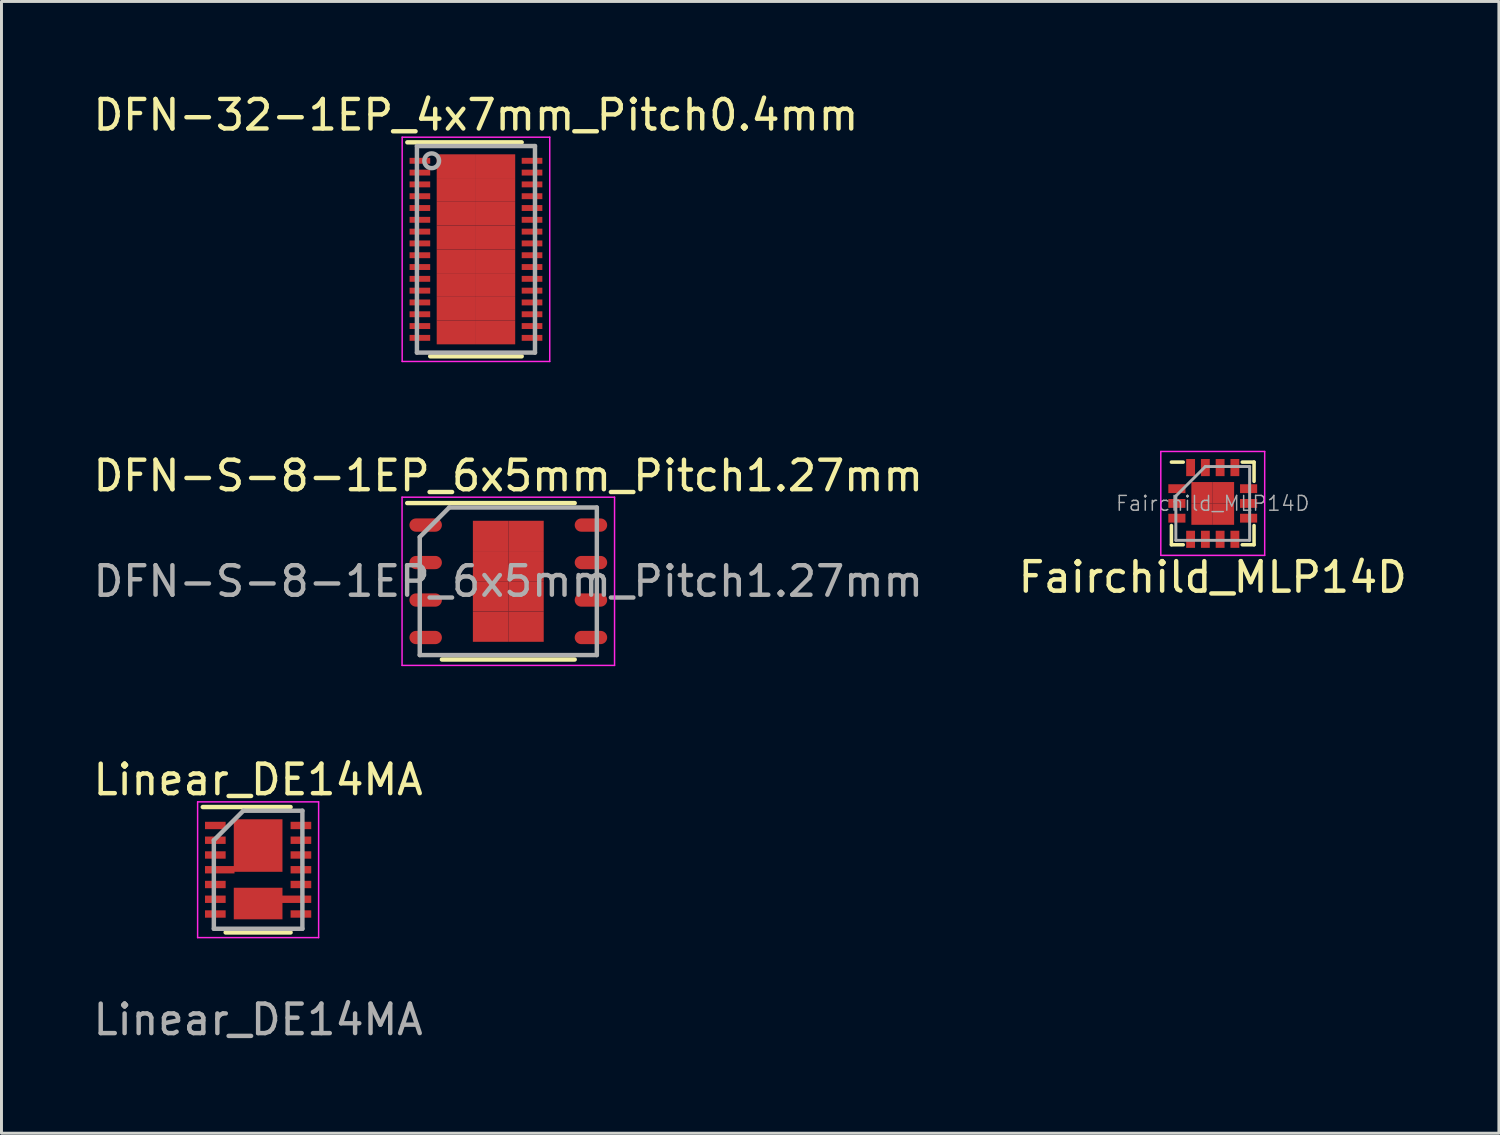
<source format=kicad_pcb>
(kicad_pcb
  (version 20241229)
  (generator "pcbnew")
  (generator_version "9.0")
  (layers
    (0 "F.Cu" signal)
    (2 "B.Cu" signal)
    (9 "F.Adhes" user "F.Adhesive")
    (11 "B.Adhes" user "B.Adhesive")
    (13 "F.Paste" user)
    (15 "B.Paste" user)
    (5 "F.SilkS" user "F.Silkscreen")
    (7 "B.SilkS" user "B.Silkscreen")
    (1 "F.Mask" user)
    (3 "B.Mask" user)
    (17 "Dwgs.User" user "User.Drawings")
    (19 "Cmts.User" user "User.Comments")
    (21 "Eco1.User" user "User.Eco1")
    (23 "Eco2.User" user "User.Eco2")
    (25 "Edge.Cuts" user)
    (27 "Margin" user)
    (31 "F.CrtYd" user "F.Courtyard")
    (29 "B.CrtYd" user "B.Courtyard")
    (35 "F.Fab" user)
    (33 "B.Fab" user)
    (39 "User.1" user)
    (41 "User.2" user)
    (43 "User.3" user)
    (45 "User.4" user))
  (footprint "DFN-S-8-1EP_6x5mm_Pitch1.27mm"
    (layer "F.Cu")
    (at 14.173 16.646)
    (property "Reference" "DFN-S-8-1EP_6x5mm_Pitch1.27mm" (at 0 -3.575 0) (layer "F.SilkS") (effects (font (size 1 1) (thickness 0.15))))
    (attr smd)
    (fp_line (start -3.425 -2.65) (end 2.25 -2.65) (stroke (width 0.15) (type solid)) (layer "F.SilkS"))
    (fp_line (start -2.25 2.65) (end 2.25 2.65) (stroke (width 0.15) (type solid)) (layer "F.SilkS"))
    (fp_line (start -3.6 -2.85) (end -3.6 2.85) (stroke (width 0.05) (type solid)) (layer "F.CrtYd"))
    (fp_line (start -3.6 -2.85) (end 3.6 -2.85) (stroke (width 0.05) (type solid)) (layer "F.CrtYd"))
    (fp_line (start -3.6 2.85) (end 3.6 2.85) (stroke (width 0.05) (type solid)) (layer "F.CrtYd"))
    (fp_line (start 3.6 -2.85) (end 3.6 2.85) (stroke (width 0.05) (type solid)) (layer "F.CrtYd"))
    (fp_line (start -3 -1.5) (end -2 -2.5) (stroke (width 0.15) (type solid)) (layer "F.Fab"))
    (fp_line (start -3 2.5) (end -3 -1.5) (stroke (width 0.15) (type solid)) (layer "F.Fab"))
    (fp_line (start -2 -2.5) (end 3 -2.5) (stroke (width 0.15) (type solid)) (layer "F.Fab"))
    (fp_line (start 3 -2.5) (end 3 2.5) (stroke (width 0.15) (type solid)) (layer "F.Fab"))
    (fp_line (start 3 2.5) (end -3 2.5) (stroke (width 0.15) (type solid)) (layer "F.Fab"))
    (fp_text user "${REFERENCE}" (at 0 0 0) (layer "F.Fab") (effects (font (size 1 1) (thickness 0.15))))
    (pad "1" smd oval (at -2.8 -1.905) (size 1.1 0.45) (layers "F.Cu" "F.Mask" "F.Paste"))
    (pad "2" smd oval (at -2.8 -0.635) (size 1.1 0.45) (layers "F.Cu" "F.Mask" "F.Paste"))
    (pad "3" smd oval (at -2.8 0.635) (size 1.1 0.45) (layers "F.Cu" "F.Mask" "F.Paste"))
    (pad "4" smd oval (at -2.8 1.905) (size 1.1 0.45) (layers "F.Cu" "F.Mask" "F.Paste"))
    (pad "5" smd oval (at 2.8 1.905) (size 1.1 0.45) (layers "F.Cu" "F.Mask" "F.Paste"))
    (pad "6" smd oval (at 2.8 0.635) (size 1.1 0.45) (layers "F.Cu" "F.Mask" "F.Paste"))
    (pad "7" smd oval (at 2.8 -0.635) (size 1.1 0.45) (layers "F.Cu" "F.Mask" "F.Paste"))
    (pad "8" smd oval (at 2.8 -1.905) (size 1.1 0.45) (layers "F.Cu" "F.Mask" "F.Paste"))
    (pad "9" smd rect (at -0.6 -1.538) (size 1.2 1.025) (layers "F.Cu" "F.Mask" "F.Paste"))
    (pad "9" smd rect (at -0.6 -0.512) (size 1.2 1.025) (layers "F.Cu" "F.Mask" "F.Paste"))
    (pad "9" smd rect (at -0.6 0.512) (size 1.2 1.025) (layers "F.Cu" "F.Mask" "F.Paste"))
    (pad "9" smd rect (at -0.6 1.538) (size 1.2 1.025) (layers "F.Cu" "F.Mask" "F.Paste"))
    (pad "9" smd rect (at 0.6 -1.538) (size 1.2 1.025) (layers "F.Cu" "F.Mask" "F.Paste"))
    (pad "9" smd rect (at 0.6 -0.512) (size 1.2 1.025) (layers "F.Cu" "F.Mask" "F.Paste"))
    (pad "9" smd rect (at 0.6 0.512) (size 1.2 1.025) (layers "F.Cu" "F.Mask" "F.Paste"))
    (pad "9" smd rect (at 0.6 1.538) (size 1.2 1.025) (layers "F.Cu" "F.Mask" "F.Paste")))
  (footprint "Linear_DE14MA"
    (layer "F.Cu")
    (at 5.696 26.42)
    (property "Reference" "Linear_DE14MA" (at 0 -3.05 0) (layer "F.SilkS") (effects (font (size 1 1) (thickness 0.15))))
    (attr smd)
    (fp_line (start -1.875 -2.125) (end 1.1 -2.125) (stroke (width 0.15) (type solid)) (layer "F.SilkS"))
    (fp_line (start -1.1 2.125) (end 1.1 2.125) (stroke (width 0.15) (type solid)) (layer "F.SilkS"))
    (fp_line (start -2.05 -2.3) (end -2.05 2.3) (stroke (width 0.05) (type solid)) (layer "F.CrtYd"))
    (fp_line (start -2.05 -2.3) (end 2.05 -2.3) (stroke (width 0.05) (type solid)) (layer "F.CrtYd"))
    (fp_line (start -2.05 2.3) (end 2.05 2.3) (stroke (width 0.05) (type solid)) (layer "F.CrtYd"))
    (fp_line (start 2.05 -2.3) (end 2.05 2.3) (stroke (width 0.05) (type solid)) (layer "F.CrtYd"))
    (fp_line (start -1.5 -1) (end -0.5 -2) (stroke (width 0.15) (type solid)) (layer "F.Fab"))
    (fp_line (start -1.5 2) (end -1.5 -1) (stroke (width 0.15) (type solid)) (layer "F.Fab"))
    (fp_line (start -0.5 -2) (end 1.5 -2) (stroke (width 0.15) (type solid)) (layer "F.Fab"))
    (fp_line (start 1.5 -2) (end 1.5 2) (stroke (width 0.15) (type solid)) (layer "F.Fab"))
    (fp_line (start 1.5 2) (end -1.5 2) (stroke (width 0.15) (type solid)) (layer "F.Fab"))
    (fp_text user "${REFERENCE}" (at 0 5.08 0) (layer "F.Fab") (effects (font (size 1 1) (thickness 0.15))))
    (pad "1" smd rect (at -1.45 -1.5) (size 0.7 0.25) (layers "F.Cu" "F.Mask" "F.Paste"))
    (pad "2" smd rect (at -1.45 -1) (size 0.7 0.25) (layers "F.Cu" "F.Mask" "F.Paste"))
    (pad "3" smd rect (at -1.45 -0.5) (size 0.7 0.25) (layers "F.Cu" "F.Mask" "F.Paste"))
    (pad "4" smd rect (at -1.3 0) (size 1 0.25) (layers "F.Cu" "F.Mask" "F.Paste"))
    (pad "5" smd rect (at -1.45 0.5) (size 0.7 0.25) (layers "F.Cu" "F.Mask" "F.Paste"))
    (pad "6" smd rect (at -1.45 1) (size 0.7 0.25) (layers "F.Cu" "F.Mask" "F.Paste"))
    (pad "7" smd rect (at -1.45 1.5) (size 0.7 0.25) (layers "F.Cu" "F.Mask" "F.Paste"))
    (pad "8" smd rect (at 1.45 1.5) (size 0.7 0.25) (layers "F.Cu" "F.Mask" "F.Paste"))
    (pad "9" smd rect (at 1.3 1) (size 1 0.25) (layers "F.Cu" "F.Mask" "F.Paste"))
    (pad "10" smd rect (at 1.45 0.5) (size 0.7 0.25) (layers "F.Cu" "F.Mask" "F.Paste"))
    (pad "11" smd rect (at 1.45 0) (size 0.7 0.25) (layers "F.Cu" "F.Mask" "F.Paste"))
    (pad "12" smd rect (at 1.45 -0.5) (size 0.7 0.25) (layers "F.Cu" "F.Mask" "F.Paste"))
    (pad "13" smd rect (at 1.45 -1) (size 0.7 0.25) (layers "F.Cu" "F.Mask" "F.Paste"))
    (pad "14" smd rect (at 1.45 -1.5) (size 0.7 0.25) (layers "F.Cu" "F.Mask" "F.Paste"))
    (pad "15" smd rect (at 0 -0.82) (size 1.65 1.78) (layers "F.Cu" "F.Mask" "F.Paste"))
    (pad "16" smd rect (at 0 1.145) (size 1.65 1.07) (layers "F.Cu" "F.Mask" "F.Paste")))
  (footprint "Fairchild_MLP14D"
    (layer "F.Cu")
    (at 38.042 14.008)
    (property "Reference" "Fairchild_MLP14D" (at 0 2.5 0) (layer "F.SilkS") (effects (font (size 1 1) (thickness 0.15))))
    (attr smd)
    (fp_line (start -1.4 1.4) (end -1.4 0.75) (stroke (width 0.12) (type solid)) (layer "F.SilkS"))
    (fp_line (start -1 -1.4) (end -1.4 -1.4) (stroke (width 0.12) (type solid)) (layer "F.SilkS"))
    (fp_line (start -1 1.4) (end -1.4 1.4) (stroke (width 0.12) (type solid)) (layer "F.SilkS"))
    (fp_line (start 1 -1.4) (end 1.4 -1.4) (stroke (width 0.12) (type solid)) (layer "F.SilkS"))
    (fp_line (start 1 1.4) (end 1.4 1.4) (stroke (width 0.12) (type solid)) (layer "F.SilkS"))
    (fp_line (start 1.4 -1.4) (end 1.4 -0.75) (stroke (width 0.12) (type solid)) (layer "F.SilkS"))
    (fp_line (start 1.4 1.4) (end 1.4 0.75) (stroke (width 0.12) (type solid)) (layer "F.SilkS"))
    (fp_line (start -1.76 -1.76) (end 1.76 -1.76) (stroke (width 0.05) (type solid)) (layer "F.CrtYd"))
    (fp_line (start -1.76 1.76) (end -1.76 -1.76) (stroke (width 0.05) (type solid)) (layer "F.CrtYd"))
    (fp_line (start 1.76 -1.76) (end 1.76 1.76) (stroke (width 0.05) (type solid)) (layer "F.CrtYd"))
    (fp_line (start 1.76 1.76) (end -1.76 1.76) (stroke (width 0.05) (type solid)) (layer "F.CrtYd"))
    (fp_line (start -1.25 -0.25) (end -1.25 1.25) (stroke (width 0.1) (type solid)) (layer "F.Fab"))
    (fp_line (start -1.25 1.25) (end 1.25 1.25) (stroke (width 0.1) (type solid)) (layer "F.Fab"))
    (fp_line (start -0.25 -1.25) (end -1.25 -0.25) (stroke (width 0.1) (type solid)) (layer "F.Fab"))
    (fp_line (start 1.25 -1.25) (end -0.25 -1.25) (stroke (width 0.1) (type solid)) (layer "F.Fab"))
    (fp_line (start 1.25 1.25) (end 1.25 -1.25) (stroke (width 0.1) (type solid)) (layer "F.Fab"))
    (fp_text user "${REFERENCE}" (at 0 0 0) (layer "F.Fab") (effects (font (size 0.5 0.5) (thickness 0.05))))
    (pad "1" smd rect (at -1.215 -0.5) (size 0.58 0.3) (layers "F.Cu" "F.Mask" "F.Paste"))
    (pad "2" smd rect (at -1.215 0) (size 0.58 0.3) (layers "F.Cu" "F.Mask" "F.Paste"))
    (pad "3" smd rect (at -1.215 0.5) (size 0.58 0.3) (layers "F.Cu" "F.Mask" "F.Paste"))
    (pad "4" smd rect (at -0.75 1.215) (size 0.3 0.58) (layers "F.Cu" "F.Mask" "F.Paste"))
    (pad "5" smd rect (at -0.25 1.215) (size 0.3 0.58) (layers "F.Cu" "F.Mask" "F.Paste"))
    (pad "6" smd rect (at 0.25 1.215) (size 0.3 0.58) (layers "F.Cu" "F.Mask" "F.Paste"))
    (pad "7" smd rect (at 0.75 1.215) (size 0.3 0.58) (layers "F.Cu" "F.Mask" "F.Paste"))
    (pad "8" smd rect (at 1.215 0.5) (size 0.58 0.3) (layers "F.Cu" "F.Mask" "F.Paste"))
    (pad "9" smd rect (at 1.215 0) (size 0.58 0.3) (layers "F.Cu" "F.Mask" "F.Paste"))
    (pad "10" smd rect (at 1.215 -0.5) (size 0.58 0.3) (layers "F.Cu" "F.Mask" "F.Paste"))
    (pad "11" smd rect (at 0.75 -1.215) (size 0.3 0.58) (layers "F.Cu" "F.Mask" "F.Paste"))
    (pad "12" smd rect (at 0.25 -1.215) (size 0.3 0.58) (layers "F.Cu" "F.Mask" "F.Paste"))
    (pad "13" smd rect (at -0.25 -1.215) (size 0.3 0.58) (layers "F.Cu" "F.Mask" "F.Paste"))
    (pad "14" smd rect (at -0.75 -1.215) (size 0.3 0.58) (layers "F.Cu" "F.Mask" "F.Paste"))
    (pad "15" smd rect (at -0.362 -0.362) (size 0.725 0.725) (layers "F.Cu" "F.Mask" "F.Paste"))
    (pad "15" smd rect (at -0.362 0.362) (size 0.725 0.725) (layers "F.Cu" "F.Mask" "F.Paste"))
    (pad "15" smd rect (at 0.362 -0.362) (size 0.725 0.725) (layers "F.Cu" "F.Mask" "F.Paste"))
    (pad "15" smd rect (at 0.362 0.362) (size 0.725 0.725) (layers "F.Cu" "F.Mask" "F.Paste")))
  (footprint "DFN-32-1EP_4x7mm_Pitch0.4mm"
    (layer "F.Cu")
    (at 13.077 5.398)
    (property "Reference" "DFN-32-1EP_4x7mm_Pitch0.4mm" (at 0 -4.55 0) (layer "F.SilkS") (effects (font (size 1 1) (thickness 0.15))))
    (attr smd)
    (fp_line (start -2.325 -3.625) (end 1.55 -3.625) (stroke (width 0.15) (type solid)) (layer "F.SilkS"))
    (fp_line (start -1.55 3.625) (end 1.55 3.625) (stroke (width 0.15) (type solid)) (layer "F.SilkS"))
    (fp_line (start -2.5 -3.8) (end -2.5 3.8) (stroke (width 0.05) (type solid)) (layer "F.CrtYd"))
    (fp_line (start -2.5 -3.8) (end 2.5 -3.8) (stroke (width 0.05) (type solid)) (layer "F.CrtYd"))
    (fp_line (start -2.5 3.8) (end 2.5 3.8) (stroke (width 0.05) (type solid)) (layer "F.CrtYd"))
    (fp_line (start 2.5 -3.8) (end 2.5 3.8) (stroke (width 0.05) (type solid)) (layer "F.CrtYd"))
    (fp_line (start -2 -3.5) (end 2 -3.5) (stroke (width 0.15) (type solid)) (layer "F.Fab"))
    (fp_line (start -2 3.5) (end -2 -3.5) (stroke (width 0.15) (type solid)) (layer "F.Fab"))
    (fp_line (start 2 -3.5) (end 2 3.5) (stroke (width 0.15) (type solid)) (layer "F.Fab"))
    (fp_line (start 2 3.5) (end -2 3.5) (stroke (width 0.15) (type solid)) (layer "F.Fab"))
    (fp_circle (center -1.5 -3) (end -1.75 -3) (stroke (width 0.15) (type solid)) (fill no) (layer "F.Fab"))
    (pad "1" smd rect (at -1.9 -3) (size 0.7 0.2) (layers "F.Cu" "F.Mask" "F.Paste"))
    (pad "2" smd rect (at -1.9 -2.6) (size 0.7 0.2) (layers "F.Cu" "F.Mask" "F.Paste"))
    (pad "3" smd rect (at -1.9 -2.2) (size 0.7 0.2) (layers "F.Cu" "F.Mask" "F.Paste"))
    (pad "4" smd rect (at -1.9 -1.8) (size 0.7 0.2) (layers "F.Cu" "F.Mask" "F.Paste"))
    (pad "5" smd rect (at -1.9 -1.4) (size 0.7 0.2) (layers "F.Cu" "F.Mask" "F.Paste"))
    (pad "6" smd rect (at -1.9 -1) (size 0.7 0.2) (layers "F.Cu" "F.Mask" "F.Paste"))
    (pad "7" smd rect (at -1.9 -0.6) (size 0.7 0.2) (layers "F.Cu" "F.Mask" "F.Paste"))
    (pad "8" smd rect (at -1.9 -0.2) (size 0.7 0.2) (layers "F.Cu" "F.Mask" "F.Paste"))
    (pad "9" smd rect (at -1.9 0.2) (size 0.7 0.2) (layers "F.Cu" "F.Mask" "F.Paste"))
    (pad "10" smd rect (at -1.9 0.6) (size 0.7 0.2) (layers "F.Cu" "F.Mask" "F.Paste"))
    (pad "11" smd rect (at -1.9 1) (size 0.7 0.2) (layers "F.Cu" "F.Mask" "F.Paste"))
    (pad "12" smd rect (at -1.9 1.4) (size 0.7 0.2) (layers "F.Cu" "F.Mask" "F.Paste"))
    (pad "13" smd rect (at -1.9 1.8) (size 0.7 0.2) (layers "F.Cu" "F.Mask" "F.Paste"))
    (pad "14" smd rect (at -1.9 2.2) (size 0.7 0.2) (layers "F.Cu" "F.Mask" "F.Paste"))
    (pad "15" smd rect (at -1.9 2.6) (size 0.7 0.2) (layers "F.Cu" "F.Mask" "F.Paste"))
    (pad "16" smd rect (at -1.9 3) (size 0.7 0.2) (layers "F.Cu" "F.Mask" "F.Paste"))
    (pad "17" smd rect (at 1.9 3) (size 0.7 0.2) (layers "F.Cu" "F.Mask" "F.Paste"))
    (pad "18" smd rect (at 1.9 2.6) (size 0.7 0.2) (layers "F.Cu" "F.Mask" "F.Paste"))
    (pad "19" smd rect (at 1.9 2.2) (size 0.7 0.2) (layers "F.Cu" "F.Mask" "F.Paste"))
    (pad "20" smd rect (at 1.9 1.8) (size 0.7 0.2) (layers "F.Cu" "F.Mask" "F.Paste"))
    (pad "21" smd rect (at 1.9 1.4) (size 0.7 0.2) (layers "F.Cu" "F.Mask" "F.Paste"))
    (pad "22" smd rect (at 1.9 1) (size 0.7 0.2) (layers "F.Cu" "F.Mask" "F.Paste"))
    (pad "23" smd rect (at 1.9 0.6) (size 0.7 0.2) (layers "F.Cu" "F.Mask" "F.Paste"))
    (pad "24" smd rect (at 1.9 0.2) (size 0.7 0.2) (layers "F.Cu" "F.Mask" "F.Paste"))
    (pad "25" smd rect (at 1.9 -0.2) (size 0.7 0.2) (layers "F.Cu" "F.Mask" "F.Paste"))
    (pad "26" smd rect (at 1.9 -0.6) (size 0.7 0.2) (layers "F.Cu" "F.Mask" "F.Paste"))
    (pad "27" smd rect (at 1.9 -1) (size 0.7 0.2) (layers "F.Cu" "F.Mask" "F.Paste"))
    (pad "28" smd rect (at 1.9 -1.4) (size 0.7 0.2) (layers "F.Cu" "F.Mask" "F.Paste"))
    (pad "29" smd rect (at 1.9 -1.8) (size 0.7 0.2) (layers "F.Cu" "F.Mask" "F.Paste"))
    (pad "30" smd rect (at 1.9 -2.2) (size 0.7 0.2) (layers "F.Cu" "F.Mask" "F.Paste"))
    (pad "31" smd rect (at 1.9 -2.6) (size 0.7 0.2) (layers "F.Cu" "F.Mask" "F.Paste"))
    (pad "32" smd rect (at 1.9 -3) (size 0.7 0.2) (layers "F.Cu" "F.Mask" "F.Paste"))
    (pad "33" smd rect (at -0.665 -2.817) (size 1.33 0.805) (layers "F.Cu" "F.Mask" "F.Paste"))
    (pad "33" smd rect (at -0.665 -2.013) (size 1.33 0.805) (layers "F.Cu" "F.Mask" "F.Paste"))
    (pad "33" smd rect (at -0.665 -1.208) (size 1.33 0.805) (layers "F.Cu" "F.Mask" "F.Paste"))
    (pad "33" smd rect (at -0.665 -0.403) (size 1.33 0.805) (layers "F.Cu" "F.Mask" "F.Paste"))
    (pad "33" smd rect (at -0.665 0.403) (size 1.33 0.805) (layers "F.Cu" "F.Mask" "F.Paste"))
    (pad "33" smd rect (at -0.665 1.208) (size 1.33 0.805) (layers "F.Cu" "F.Mask" "F.Paste"))
    (pad "33" smd rect (at -0.665 2.013) (size 1.33 0.805) (layers "F.Cu" "F.Mask" "F.Paste"))
    (pad "33" smd rect (at -0.665 2.817) (size 1.33 0.805) (layers "F.Cu" "F.Mask" "F.Paste"))
    (pad "33" smd rect (at 0.665 -2.817) (size 1.33 0.805) (layers "F.Cu" "F.Mask" "F.Paste"))
    (pad "33" smd rect (at 0.665 -2.013) (size 1.33 0.805) (layers "F.Cu" "F.Mask" "F.Paste"))
    (pad "33" smd rect (at 0.665 -1.208) (size 1.33 0.805) (layers "F.Cu" "F.Mask" "F.Paste"))
    (pad "33" smd rect (at 0.665 -0.403) (size 1.33 0.805) (layers "F.Cu" "F.Mask" "F.Paste"))
    (pad "33" smd rect (at 0.665 0.403) (size 1.33 0.805) (layers "F.Cu" "F.Mask" "F.Paste"))
    (pad "33" smd rect (at 0.665 1.208) (size 1.33 0.805) (layers "F.Cu" "F.Mask" "F.Paste"))
    (pad "33" smd rect (at 0.665 2.013) (size 1.33 0.805) (layers "F.Cu" "F.Mask" "F.Paste"))
    (pad "33" smd rect (at 0.665 2.817) (size 1.33 0.805) (layers "F.Cu" "F.Mask" "F.Paste")))
  (gr_rect
    (start -3 -3)
    (end 47.738 35.348)
    (stroke (width 0.1) (type default))
    (fill no)
    (layer "Edge.Cuts")))
</source>
